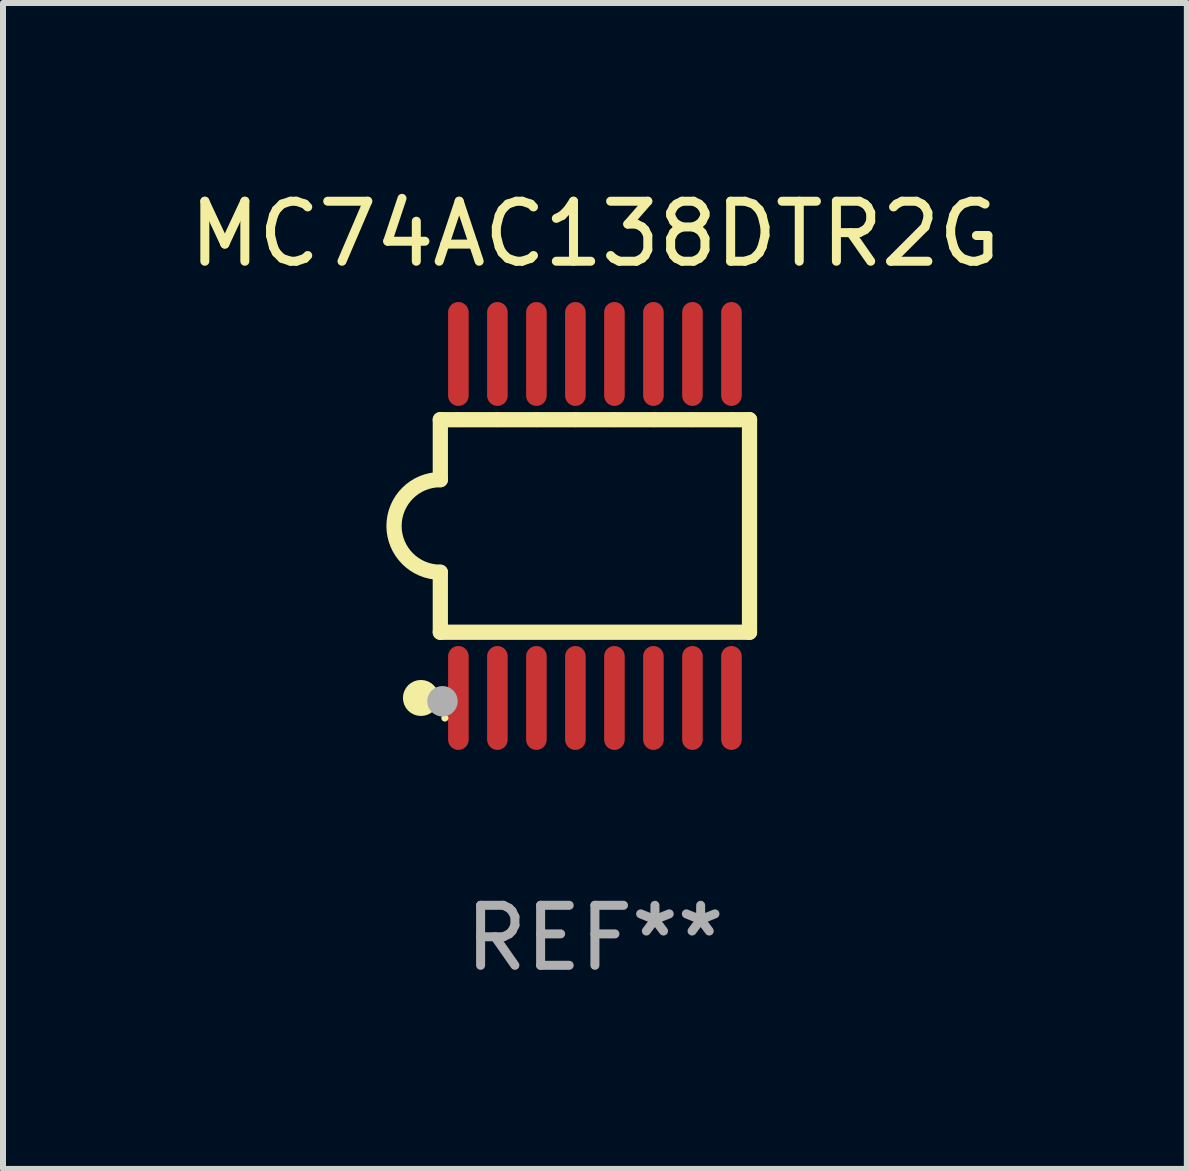
<source format=kicad_pcb>
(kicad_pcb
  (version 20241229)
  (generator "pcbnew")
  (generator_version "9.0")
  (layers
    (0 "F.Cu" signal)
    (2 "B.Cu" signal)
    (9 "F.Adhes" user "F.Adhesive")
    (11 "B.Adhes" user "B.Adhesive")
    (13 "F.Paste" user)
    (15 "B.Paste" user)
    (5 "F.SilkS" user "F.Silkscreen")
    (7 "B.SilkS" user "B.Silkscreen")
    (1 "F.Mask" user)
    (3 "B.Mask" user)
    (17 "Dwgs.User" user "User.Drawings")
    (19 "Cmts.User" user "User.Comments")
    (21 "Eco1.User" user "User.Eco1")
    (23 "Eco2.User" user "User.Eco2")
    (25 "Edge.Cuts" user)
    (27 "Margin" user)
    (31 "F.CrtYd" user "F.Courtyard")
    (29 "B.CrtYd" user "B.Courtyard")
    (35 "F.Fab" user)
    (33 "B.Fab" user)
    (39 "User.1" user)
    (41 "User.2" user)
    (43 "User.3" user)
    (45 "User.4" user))
  (footprint "MC74AC138DTR2G"
    (layer "F.Cu")
    (at 6.863 5.714)
    (property "Reference" "MC74AC138DTR2G" (at 0 -4.866 0) (layer "F.SilkS") (effects (font (size 1 1) (thickness 0.15))))
    (attr through_hole)
    (fp_line (start -2.576 -1.771) (end -2.576 -0.771) (stroke (width 0.254) (type solid)) (layer "F.SilkS"))
    (fp_line (start -2.576 -1.771) (end -2.289 -1.771) (stroke (width 0.254) (type solid)) (layer "F.SilkS"))
    (fp_line (start -2.576 1.771) (end -2.576 0.771) (stroke (width 0.254) (type solid)) (layer "F.SilkS"))
    (fp_line (start -2.261 -1.771) (end -1.639 -1.771) (stroke (width 0.254) (type solid)) (layer "F.SilkS"))
    (fp_line (start -1.612 -1.771) (end -0.989 -1.771) (stroke (width 0.254) (type solid)) (layer "F.SilkS"))
    (fp_line (start -0.962 -1.771) (end -0.338 -1.771) (stroke (width 0.254) (type solid)) (layer "F.SilkS"))
    (fp_line (start -0.311 -1.771) (end 0.312 -1.771) (stroke (width 0.254) (type solid)) (layer "F.SilkS"))
    (fp_line (start 0.339 -1.771) (end 0.962 -1.771) (stroke (width 0.254) (type solid)) (layer "F.SilkS"))
    (fp_line (start 0.989 -1.771) (end 1.612 -1.771) (stroke (width 0.254) (type solid)) (layer "F.SilkS"))
    (fp_line (start 1.639 -1.771) (end 2.261 -1.771) (stroke (width 0.254) (type solid)) (layer "F.SilkS"))
    (fp_line (start 2.289 -1.771) (end 2.576 -1.771) (stroke (width 0.254) (type solid)) (layer "F.SilkS"))
    (fp_line (start 2.576 -1.771) (end 2.576 1.771) (stroke (width 0.254) (type solid)) (layer "F.SilkS"))
    (fp_line (start 2.576 1.771) (end -2.576 1.771) (stroke (width 0.254) (type solid)) (layer "F.SilkS"))
    (fp_arc (start -2.576226 0.7714) (mid -3.346889 -0.000648) (end -2.575311 -0.771781) (stroke (width 0.254001) (type solid)) (layer "F.SilkS"))
    (fp_circle (center -2.899 2.866) (end -2.749 2.866) (stroke (width 0.3) (type solid)) (fill no) (layer "F.SilkS"))
    (fp_circle (center -2.5 3.2) (end -2.47 3.2) (stroke (width 0.06) (type solid)) (fill no) (layer "F.SilkS"))
    (fp_circle (center -2.54 2.921) (end -2.413 2.921) (stroke (width 0.254) (type solid)) (fill no) (layer "F.Fab"))
    (fp_text user "REF**" (at 0 6.866 0) (layer "F.Fab") (effects (font (size 1 1) (thickness 0.15))))
    (pad "1" smd oval (at -2.275 2.866) (size 0.343 1.731) (layers "F.Cu" "F.Mask" "F.Paste"))
    (pad "2" smd oval (at -1.625 2.866) (size 0.343 1.731) (layers "F.Cu" "F.Mask" "F.Paste"))
    (pad "3" smd oval (at -0.975 2.866) (size 0.343 1.731) (layers "F.Cu" "F.Mask" "F.Paste"))
    (pad "4" smd oval (at -0.325 2.866) (size 0.343 1.731) (layers "F.Cu" "F.Mask" "F.Paste"))
    (pad "5" smd oval (at 0.325 2.866) (size 0.343 1.731) (layers "F.Cu" "F.Mask" "F.Paste"))
    (pad "6" smd oval (at 0.975 2.866) (size 0.343 1.731) (layers "F.Cu" "F.Mask" "F.Paste"))
    (pad "7" smd oval (at 1.625 2.866) (size 0.343 1.731) (layers "F.Cu" "F.Mask" "F.Paste"))
    (pad "8" smd oval (at 2.275 2.866) (size 0.343 1.731) (layers "F.Cu" "F.Mask" "F.Paste"))
    (pad "9" smd oval (at 2.275 -2.866) (size 0.343 1.731) (layers "F.Cu" "F.Mask" "F.Paste"))
    (pad "10" smd oval (at 1.625 -2.866) (size 0.343 1.731) (layers "F.Cu" "F.Mask" "F.Paste"))
    (pad "11" smd oval (at 0.975 -2.866) (size 0.343 1.731) (layers "F.Cu" "F.Mask" "F.Paste"))
    (pad "12" smd oval (at 0.325 -2.866) (size 0.343 1.731) (layers "F.Cu" "F.Mask" "F.Paste"))
    (pad "13" smd oval (at -0.325 -2.866) (size 0.343 1.731) (layers "F.Cu" "F.Mask" "F.Paste"))
    (pad "14" smd oval (at -0.975 -2.866) (size 0.343 1.731) (layers "F.Cu" "F.Mask" "F.Paste"))
    (pad "15" smd oval (at -1.625 -2.866) (size 0.343 1.731) (layers "F.Cu" "F.Mask" "F.Paste"))
    (pad "16" smd oval (at -2.275 -2.866) (size 0.343 1.731) (layers "F.Cu" "F.Mask" "F.Paste")))
  (gr_rect
    (start -3 -3)
    (end 16.726 16.428)
    (stroke (width 0.1) (type default))
    (fill no)
    (layer "Edge.Cuts")))
</source>
